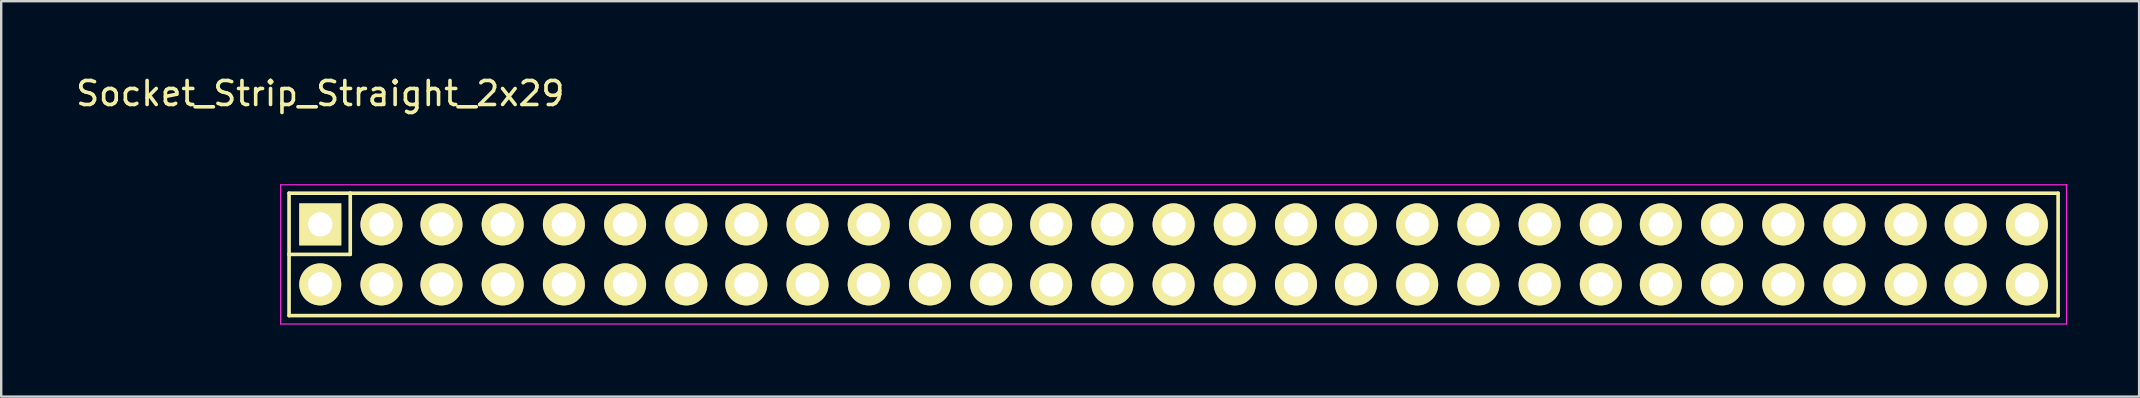
<source format=kicad_pcb>
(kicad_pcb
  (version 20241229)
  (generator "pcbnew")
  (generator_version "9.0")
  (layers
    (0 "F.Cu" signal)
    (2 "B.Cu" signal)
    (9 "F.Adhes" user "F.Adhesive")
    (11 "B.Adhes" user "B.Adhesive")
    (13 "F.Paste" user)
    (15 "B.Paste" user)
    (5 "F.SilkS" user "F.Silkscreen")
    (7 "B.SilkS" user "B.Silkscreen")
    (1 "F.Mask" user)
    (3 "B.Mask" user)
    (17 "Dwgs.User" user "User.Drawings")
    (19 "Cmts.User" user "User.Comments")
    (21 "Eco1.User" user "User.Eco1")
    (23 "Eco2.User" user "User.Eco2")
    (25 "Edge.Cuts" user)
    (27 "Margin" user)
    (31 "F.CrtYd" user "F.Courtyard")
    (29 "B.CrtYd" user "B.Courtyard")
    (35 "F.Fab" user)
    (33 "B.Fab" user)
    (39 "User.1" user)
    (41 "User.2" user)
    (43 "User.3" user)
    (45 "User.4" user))
  (footprint "Socket_Strip_Straight_2x29"
    (layer "F.Cu")
    (at 10.292 6.298)
    (property "Reference" "Socket_Strip_Straight_2x29" (at 0 -5.45 0) (layer "F.SilkS") (effects (font (size 1 1) (thickness 0.15))))
    (attr through_hole)
    (fp_line (start -1.3 -1.3) (end -1.3 1.25) (stroke (width 0.15) (type solid)) (layer "F.SilkS"))
    (fp_line (start -1.3 -1.3) (end 1.25 -1.3) (stroke (width 0.15) (type solid)) (layer "F.SilkS"))
    (fp_line (start -1.3 1.25) (end 1.25 1.25) (stroke (width 0.15) (type solid)) (layer "F.SilkS"))
    (fp_line (start -1.3 3.8) (end -1.3 1.25) (stroke (width 0.15) (type solid)) (layer "F.SilkS"))
    (fp_line (start 1.25 -1.3) (end 72.4 -1.3) (stroke (width 0.15) (type solid)) (layer "F.SilkS"))
    (fp_line (start 1.25 1.25) (end 1.25 -1.3) (stroke (width 0.15) (type solid)) (layer "F.SilkS"))
    (fp_line (start 72.4 3.8) (end -1.3 3.8) (stroke (width 0.15) (type solid)) (layer "F.SilkS"))
    (fp_line (start 72.4 3.8) (end 72.4 -1.3) (stroke (width 0.15) (type solid)) (layer "F.SilkS"))
    (fp_line (start -1.65 -1.65) (end -1.65 4.15) (stroke (width 0.05) (type solid)) (layer "F.CrtYd"))
    (fp_line (start -1.65 -1.65) (end 72.75 -1.65) (stroke (width 0.05) (type solid)) (layer "F.CrtYd"))
    (fp_line (start -1.65 4.15) (end 72.75 4.15) (stroke (width 0.05) (type solid)) (layer "F.CrtYd"))
    (fp_line (start 72.75 -1.65) (end 72.75 4.15) (stroke (width 0.05) (type solid)) (layer "F.CrtYd"))
    (pad "1" thru_hole rect (at 0 0) (size 1.75 1.75) (drill 1.016) (layers "*.Cu" "*.Mask" "F.SilkS"))
    (pad "2" thru_hole oval (at 0 2.5) (size 1.75 1.75) (drill 1.016) (layers "*.Cu" "*.Mask" "F.SilkS"))
    (pad "3" thru_hole oval (at 2.55 0) (size 1.75 1.75) (drill 1.016) (layers "*.Cu" "*.Mask" "F.SilkS"))
    (pad "4" thru_hole oval (at 2.55 2.5) (size 1.75 1.75) (drill 1.016) (layers "*.Cu" "*.Mask" "F.SilkS"))
    (pad "5" thru_hole oval (at 5.05 0) (size 1.75 1.75) (drill 1.016) (layers "*.Cu" "*.Mask" "F.SilkS"))
    (pad "6" thru_hole oval (at 5.05 2.5) (size 1.75 1.75) (drill 1.016) (layers "*.Cu" "*.Mask" "F.SilkS"))
    (pad "7" thru_hole oval (at 7.6 0) (size 1.75 1.75) (drill 1.016) (layers "*.Cu" "*.Mask" "F.SilkS"))
    (pad "8" thru_hole oval (at 7.6 2.5) (size 1.75 1.75) (drill 1.016) (layers "*.Cu" "*.Mask" "F.SilkS"))
    (pad "9" thru_hole oval (at 10.15 0) (size 1.75 1.75) (drill 1.016) (layers "*.Cu" "*.Mask" "F.SilkS"))
    (pad "10" thru_hole oval (at 10.15 2.5) (size 1.75 1.75) (drill 1.016) (layers "*.Cu" "*.Mask" "F.SilkS"))
    (pad "11" thru_hole oval (at 12.7 0) (size 1.75 1.75) (drill 1.016) (layers "*.Cu" "*.Mask" "F.SilkS"))
    (pad "12" thru_hole oval (at 12.7 2.5) (size 1.75 1.75) (drill 1.016) (layers "*.Cu" "*.Mask" "F.SilkS"))
    (pad "13" thru_hole oval (at 15.25 0) (size 1.75 1.75) (drill 1.016) (layers "*.Cu" "*.Mask" "F.SilkS"))
    (pad "14" thru_hole oval (at 15.25 2.5) (size 1.75 1.75) (drill 1.016) (layers "*.Cu" "*.Mask" "F.SilkS"))
    (pad "15" thru_hole oval (at 17.75 0) (size 1.75 1.75) (drill 1.016) (layers "*.Cu" "*.Mask" "F.SilkS"))
    (pad "16" thru_hole oval (at 17.75 2.5) (size 1.75 1.75) (drill 1.016) (layers "*.Cu" "*.Mask" "F.SilkS"))
    (pad "17" thru_hole oval (at 20.3 0) (size 1.75 1.75) (drill 1.016) (layers "*.Cu" "*.Mask" "F.SilkS"))
    (pad "18" thru_hole oval (at 20.3 2.5) (size 1.75 1.75) (drill 1.016) (layers "*.Cu" "*.Mask" "F.SilkS"))
    (pad "19" thru_hole oval (at 22.85 0) (size 1.75 1.75) (drill 1.016) (layers "*.Cu" "*.Mask" "F.SilkS"))
    (pad "20" thru_hole oval (at 22.85 2.5) (size 1.75 1.75) (drill 1.016) (layers "*.Cu" "*.Mask" "F.SilkS"))
    (pad "21" thru_hole oval (at 25.4 0) (size 1.75 1.75) (drill 1.016) (layers "*.Cu" "*.Mask" "F.SilkS"))
    (pad "22" thru_hole oval (at 25.4 2.5) (size 1.75 1.75) (drill 1.016) (layers "*.Cu" "*.Mask" "F.SilkS"))
    (pad "23" thru_hole oval (at 27.95 0) (size 1.75 1.75) (drill 1.016) (layers "*.Cu" "*.Mask" "F.SilkS"))
    (pad "24" thru_hole oval (at 27.95 2.5) (size 1.75 1.75) (drill 1.016) (layers "*.Cu" "*.Mask" "F.SilkS"))
    (pad "25" thru_hole oval (at 30.45 0) (size 1.75 1.75) (drill 1.016) (layers "*.Cu" "*.Mask" "F.SilkS"))
    (pad "26" thru_hole oval (at 30.45 2.5) (size 1.75 1.75) (drill 1.016) (layers "*.Cu" "*.Mask" "F.SilkS"))
    (pad "27" thru_hole oval (at 33 0) (size 1.75 1.75) (drill 1.016) (layers "*.Cu" "*.Mask" "F.SilkS"))
    (pad "28" thru_hole oval (at 33 2.5) (size 1.75 1.75) (drill 1.016) (layers "*.Cu" "*.Mask" "F.SilkS"))
    (pad "29" thru_hole oval (at 35.55 0) (size 1.75 1.75) (drill 1.016) (layers "*.Cu" "*.Mask" "F.SilkS"))
    (pad "30" thru_hole oval (at 35.55 2.5) (size 1.75 1.75) (drill 1.016) (layers "*.Cu" "*.Mask" "F.SilkS"))
    (pad "31" thru_hole oval (at 38.1 0) (size 1.75 1.75) (drill 1.016) (layers "*.Cu" "*.Mask" "F.SilkS"))
    (pad "32" thru_hole oval (at 38.1 2.5) (size 1.75 1.75) (drill 1.016) (layers "*.Cu" "*.Mask" "F.SilkS"))
    (pad "33" thru_hole oval (at 40.65 0) (size 1.75 1.75) (drill 1.016) (layers "*.Cu" "*.Mask" "F.SilkS"))
    (pad "34" thru_hole oval (at 40.65 2.5) (size 1.75 1.75) (drill 1.016) (layers "*.Cu" "*.Mask" "F.SilkS"))
    (pad "35" thru_hole oval (at 43.15 0) (size 1.75 1.75) (drill 1.016) (layers "*.Cu" "*.Mask" "F.SilkS"))
    (pad "36" thru_hole oval (at 43.15 2.5) (size 1.75 1.75) (drill 1.016) (layers "*.Cu" "*.Mask" "F.SilkS"))
    (pad "37" thru_hole oval (at 45.7 0) (size 1.75 1.75) (drill 1.016) (layers "*.Cu" "*.Mask" "F.SilkS"))
    (pad "38" thru_hole oval (at 45.7 2.5) (size 1.75 1.75) (drill 1.016) (layers "*.Cu" "*.Mask" "F.SilkS"))
    (pad "39" thru_hole oval (at 48.25 0) (size 1.75 1.75) (drill 1.016) (layers "*.Cu" "*.Mask" "F.SilkS"))
    (pad "40" thru_hole oval (at 48.25 2.5) (size 1.75 1.75) (drill 1.016) (layers "*.Cu" "*.Mask" "F.SilkS"))
    (pad "41" thru_hole oval (at 50.8 0) (size 1.75 1.75) (drill 1.016) (layers "*.Cu" "*.Mask" "F.SilkS"))
    (pad "42" thru_hole oval (at 50.8 2.5) (size 1.75 1.75) (drill 1.016) (layers "*.Cu" "*.Mask" "F.SilkS"))
    (pad "43" thru_hole oval (at 53.35 0) (size 1.75 1.75) (drill 1.016) (layers "*.Cu" "*.Mask" "F.SilkS"))
    (pad "44" thru_hole oval (at 53.35 2.5) (size 1.75 1.75) (drill 1.016) (layers "*.Cu" "*.Mask" "F.SilkS"))
    (pad "45" thru_hole oval (at 55.85 0) (size 1.75 1.75) (drill 1.016) (layers "*.Cu" "*.Mask" "F.SilkS"))
    (pad "46" thru_hole oval (at 55.85 2.5) (size 1.75 1.75) (drill 1.016) (layers "*.Cu" "*.Mask" "F.SilkS"))
    (pad "47" thru_hole oval (at 58.4 0) (size 1.75 1.75) (drill 1.016) (layers "*.Cu" "*.Mask" "F.SilkS"))
    (pad "48" thru_hole oval (at 58.4 2.5) (size 1.75 1.75) (drill 1.016) (layers "*.Cu" "*.Mask" "F.SilkS"))
    (pad "49" thru_hole oval (at 60.95 0) (size 1.75 1.75) (drill 1.016) (layers "*.Cu" "*.Mask" "F.SilkS"))
    (pad "50" thru_hole oval (at 60.95 2.5) (size 1.75 1.75) (drill 1.016) (layers "*.Cu" "*.Mask" "F.SilkS"))
    (pad "51" thru_hole oval (at 63.5 0) (size 1.75 1.75) (drill 1.016) (layers "*.Cu" "*.Mask" "F.SilkS"))
    (pad "52" thru_hole oval (at 63.5 2.5) (size 1.75 1.75) (drill 1.016) (layers "*.Cu" "*.Mask" "F.SilkS"))
    (pad "53" thru_hole oval (at 66.05 0) (size 1.75 1.75) (drill 1.016) (layers "*.Cu" "*.Mask" "F.SilkS"))
    (pad "54" thru_hole oval (at 66.05 2.5) (size 1.75 1.75) (drill 1.016) (layers "*.Cu" "*.Mask" "F.SilkS"))
    (pad "55" thru_hole oval (at 68.55 0) (size 1.75 1.75) (drill 1.016) (layers "*.Cu" "*.Mask" "F.SilkS"))
    (pad "56" thru_hole oval (at 68.55 2.5) (size 1.75 1.75) (drill 1.016) (layers "*.Cu" "*.Mask" "F.SilkS"))
    (pad "57" thru_hole oval (at 71.1 0) (size 1.75 1.75) (drill 1.016) (layers "*.Cu" "*.Mask" "F.SilkS"))
    (pad "58" thru_hole oval (at 71.1 2.5) (size 1.75 1.75) (drill 1.016) (layers "*.Cu" "*.Mask" "F.SilkS")))
  (gr_rect
    (start -3 -3)
    (end 86.067 13.473)
    (stroke (width 0.1) (type default))
    (fill no)
    (layer "Edge.Cuts")))
</source>
